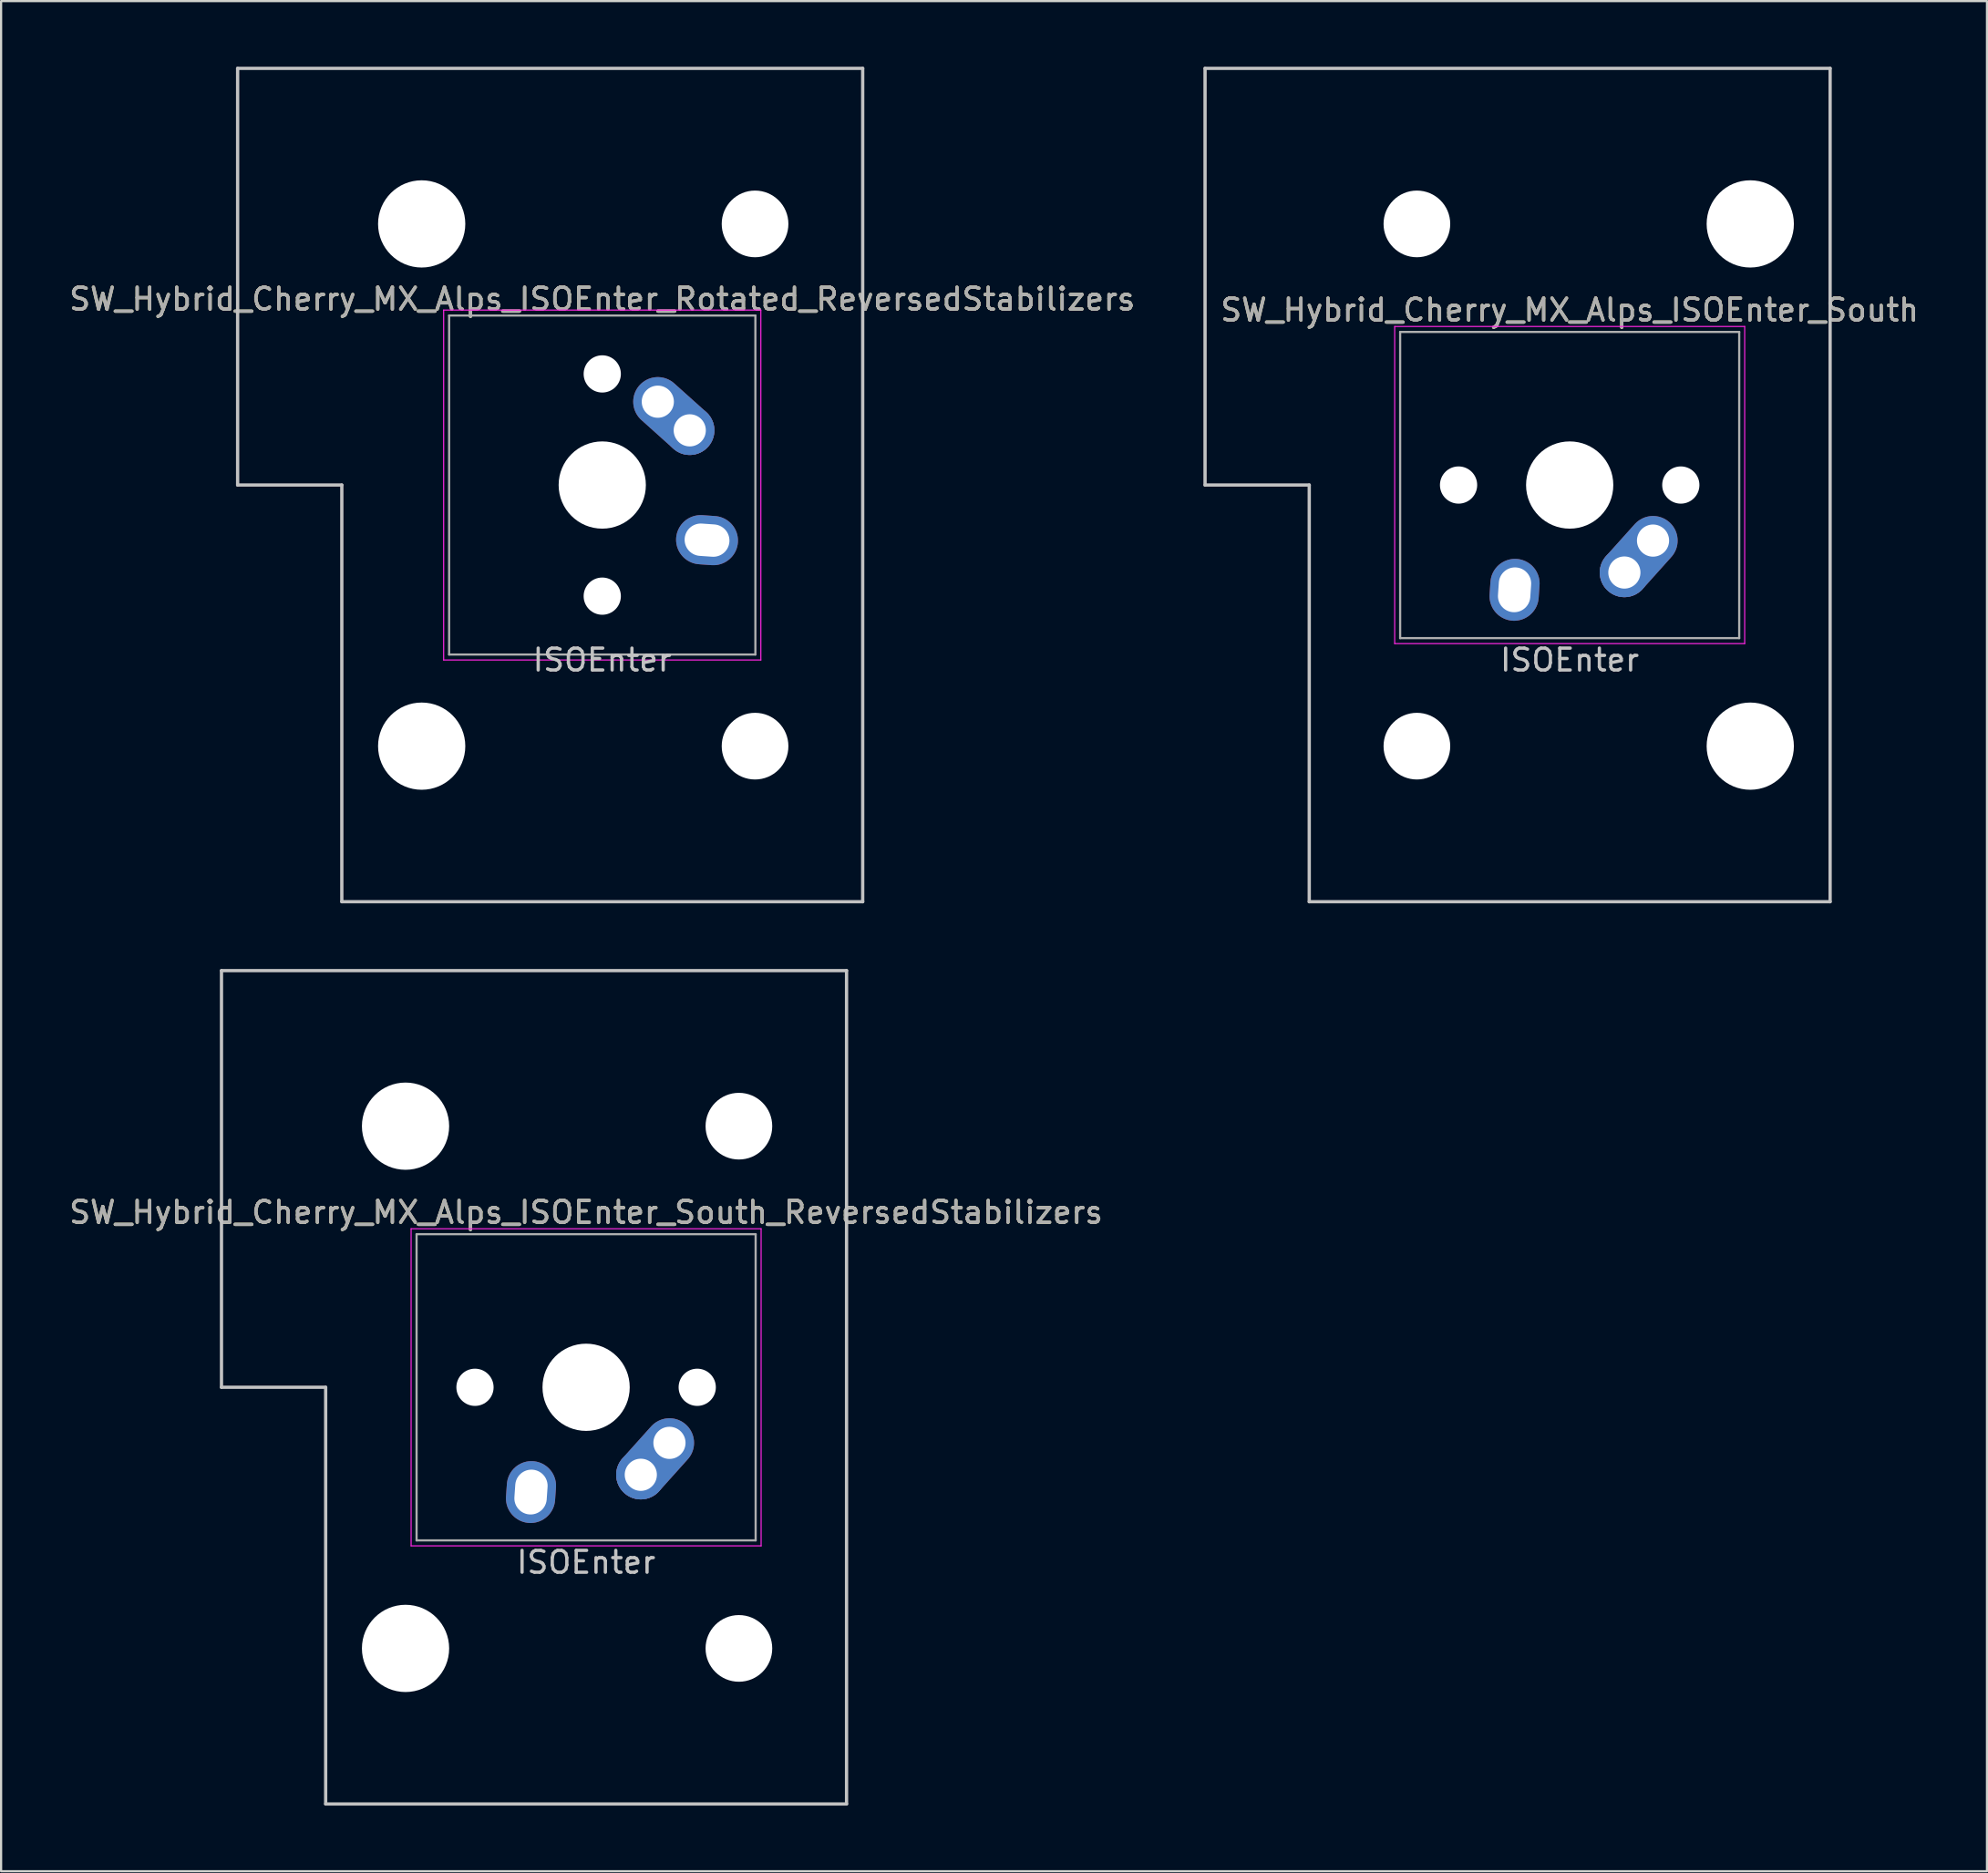
<source format=kicad_pcb>
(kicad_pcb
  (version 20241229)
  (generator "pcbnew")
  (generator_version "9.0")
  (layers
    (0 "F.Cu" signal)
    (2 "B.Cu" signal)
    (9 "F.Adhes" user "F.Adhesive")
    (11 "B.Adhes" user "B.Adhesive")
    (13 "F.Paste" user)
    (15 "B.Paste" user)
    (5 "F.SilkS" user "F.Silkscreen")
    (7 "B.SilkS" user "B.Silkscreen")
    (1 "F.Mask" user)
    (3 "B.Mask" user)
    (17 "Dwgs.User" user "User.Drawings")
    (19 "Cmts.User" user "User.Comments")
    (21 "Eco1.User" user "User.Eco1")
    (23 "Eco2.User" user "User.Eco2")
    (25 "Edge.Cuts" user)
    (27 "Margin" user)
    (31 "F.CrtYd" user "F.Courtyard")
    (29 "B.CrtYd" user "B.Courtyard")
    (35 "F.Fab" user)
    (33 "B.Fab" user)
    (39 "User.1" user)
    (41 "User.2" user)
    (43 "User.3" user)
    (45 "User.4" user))
  (footprint "SW_Hybrid_Cherry_MX_Alps_ISOEnter_South"
    (layer "F.Cu")
    (at 68.708 19.125)
    (property "Reference" "SW_Hybrid_Cherry_MX_Alps_ISOEnter_South" (at 0 -8 0) (layer "F.SilkS") (effects (font (size 1 1) (thickness 0.15))))
    (attr through_hole)
    (fp_line (start -16.669 -19.05) (end -16.669 0) (stroke (width 0.15) (type solid)) (layer "Dwgs.User"))
    (fp_line (start -16.669 -19.05) (end 11.906 -19.05) (stroke (width 0.15) (type solid)) (layer "Dwgs.User"))
    (fp_line (start -11.906 0) (end -16.669 0) (stroke (width 0.15) (type solid)) (layer "Dwgs.User"))
    (fp_line (start -11.906 19.05) (end -11.906 0) (stroke (width 0.15) (type solid)) (layer "Dwgs.User"))
    (fp_line (start -11.906 19.05) (end 11.906 19.05) (stroke (width 0.15) (type solid)) (layer "Dwgs.User"))
    (fp_line (start 11.906 -19.05) (end 11.906 19.05) (stroke (width 0.15) (type solid)) (layer "Dwgs.User"))
    (fp_line (start -8 -7.25) (end 8 -7.25) (stroke (width 0.05) (type solid)) (layer "F.CrtYd"))
    (fp_line (start -8 7.25) (end -8 -7.25) (stroke (width 0.05) (type solid)) (layer "F.CrtYd"))
    (fp_line (start 8 -7.25) (end 8 7.25) (stroke (width 0.05) (type solid)) (layer "F.CrtYd"))
    (fp_line (start 8 7.25) (end -8 7.25) (stroke (width 0.05) (type solid)) (layer "F.CrtYd"))
    (fp_line (start -7.75 -7) (end 7.75 -7) (stroke (width 0.1) (type solid)) (layer "F.Fab"))
    (fp_line (start -7.75 7) (end -7.75 -7) (stroke (width 0.1) (type solid)) (layer "F.Fab"))
    (fp_line (start 7.75 -7) (end 7.75 7) (stroke (width 0.1) (type solid)) (layer "F.Fab"))
    (fp_line (start 7.75 7) (end -7.75 7) (stroke (width 0.1) (type solid)) (layer "F.Fab"))
    (fp_text user "ISOEnter" (at 0 8 0) (layer "Dwgs.User") (effects (font (size 1 1) (thickness 0.15))))
    (fp_text user "${REFERENCE}" (at 0 -8 0) (layer "F.Fab") (effects (font (size 1 1) (thickness 0.15))))
    (pad "" np_thru_hole circle (at -6.985 -11.938) (size 3.048 3.048) (drill 3.048) (layers "*.Cu" "*.Mask"))
    (pad "" np_thru_hole circle (at -6.985 11.938) (size 3.048 3.048) (drill 3.048) (layers "*.Cu" "*.Mask"))
    (pad "" np_thru_hole circle (at -5.08 0 318.1) (size 1.702 1.702) (drill 1.702) (layers "*.Cu" "*.Mask"))
    (pad "" np_thru_hole circle (at 0 0 180) (size 3.988 3.988) (drill 3.988) (layers "*.Cu" "*.Mask"))
    (pad "" np_thru_hole circle (at 5.08 0 318.1) (size 1.702 1.702) (drill 1.702) (layers "*.Cu" "*.Mask"))
    (pad "" np_thru_hole circle (at 8.255 -11.938) (size 3.988 3.988) (drill 3.988) (layers "*.Cu" "*.Mask"))
    (pad "" np_thru_hole circle (at 8.255 11.938) (size 3.988 3.988) (drill 3.988) (layers "*.Cu" "*.Mask"))
    (pad "1" thru_hole circle (at 2.5 4 180) (size 2.25 2.25) (drill 1.47) (layers "*.Cu" "B.Mask"))
    (pad "1" thru_hole oval (at 3.81 2.54 228.1) (size 4.212 2.25) (drill 1.47 (offset 0.981 0)) (layers "*.Cu" "B.Mask"))
    (pad "2" thru_hole oval (at -2.52 4.79 266) (size 2.831 2.25) (drill oval 2.051 1.48) (layers "*.Cu" "B.Mask")))
  (footprint "SW_Hybrid_Cherry_MX_Alps_ISOEnter_South_ReversedStabilizers"
    (layer "F.Cu")
    (at 23.744 60.375)
    (property "Reference" "SW_Hybrid_Cherry_MX_Alps_ISOEnter_South_ReversedStabilizers" (at 0 -8 0) (layer "F.SilkS") (effects (font (size 1 1) (thickness 0.15))))
    (attr through_hole)
    (fp_line (start -16.669 -19.05) (end -16.669 0) (stroke (width 0.15) (type solid)) (layer "Dwgs.User"))
    (fp_line (start -16.669 -19.05) (end 11.906 -19.05) (stroke (width 0.15) (type solid)) (layer "Dwgs.User"))
    (fp_line (start -11.906 0) (end -16.669 0) (stroke (width 0.15) (type solid)) (layer "Dwgs.User"))
    (fp_line (start -11.906 19.05) (end -11.906 0) (stroke (width 0.15) (type solid)) (layer "Dwgs.User"))
    (fp_line (start -11.906 19.05) (end 11.906 19.05) (stroke (width 0.15) (type solid)) (layer "Dwgs.User"))
    (fp_line (start 11.906 -19.05) (end 11.906 19.05) (stroke (width 0.15) (type solid)) (layer "Dwgs.User"))
    (fp_line (start -8 -7.25) (end 8 -7.25) (stroke (width 0.05) (type solid)) (layer "F.CrtYd"))
    (fp_line (start -8 7.25) (end -8 -7.25) (stroke (width 0.05) (type solid)) (layer "F.CrtYd"))
    (fp_line (start 8 -7.25) (end 8 7.25) (stroke (width 0.05) (type solid)) (layer "F.CrtYd"))
    (fp_line (start 8 7.25) (end -8 7.25) (stroke (width 0.05) (type solid)) (layer "F.CrtYd"))
    (fp_line (start -7.75 -7) (end 7.75 -7) (stroke (width 0.1) (type solid)) (layer "F.Fab"))
    (fp_line (start -7.75 7) (end -7.75 -7) (stroke (width 0.1) (type solid)) (layer "F.Fab"))
    (fp_line (start 7.75 -7) (end 7.75 7) (stroke (width 0.1) (type solid)) (layer "F.Fab"))
    (fp_line (start 7.75 7) (end -7.75 7) (stroke (width 0.1) (type solid)) (layer "F.Fab"))
    (fp_text user "ISOEnter" (at 0 8 0) (layer "Dwgs.User") (effects (font (size 1 1) (thickness 0.15))))
    (fp_text user "${REFERENCE}" (at 0 -8 0) (layer "F.Fab") (effects (font (size 1 1) (thickness 0.15))))
    (pad "" np_thru_hole circle (at -8.255 -11.938) (size 3.988 3.988) (drill 3.988) (layers "*.Cu" "*.Mask"))
    (pad "" np_thru_hole circle (at -8.255 11.938) (size 3.988 3.988) (drill 3.988) (layers "*.Cu" "*.Mask"))
    (pad "" np_thru_hole circle (at -5.08 0 318.1) (size 1.702 1.702) (drill 1.702) (layers "*.Cu" "*.Mask"))
    (pad "" np_thru_hole circle (at 0 0 180) (size 3.988 3.988) (drill 3.988) (layers "*.Cu" "*.Mask"))
    (pad "" np_thru_hole circle (at 5.08 0 318.1) (size 1.702 1.702) (drill 1.702) (layers "*.Cu" "*.Mask"))
    (pad "" np_thru_hole circle (at 6.985 -11.938) (size 3.048 3.048) (drill 3.048) (layers "*.Cu" "*.Mask"))
    (pad "" np_thru_hole circle (at 6.985 11.938) (size 3.048 3.048) (drill 3.048) (layers "*.Cu" "*.Mask"))
    (pad "1" thru_hole circle (at 2.5 4 180) (size 2.25 2.25) (drill 1.47) (layers "*.Cu" "B.Mask"))
    (pad "1" thru_hole oval (at 3.81 2.54 228.1) (size 4.212 2.25) (drill 1.47 (offset 0.981 0)) (layers "*.Cu" "B.Mask"))
    (pad "2" thru_hole oval (at -2.52 4.79 266) (size 2.831 2.25) (drill oval 2.051 1.48) (layers "*.Cu" "B.Mask")))
  (footprint "SW_Hybrid_Cherry_MX_Alps_ISOEnter_Rotated_ReversedStabilizers"
    (layer "F.Cu")
    (at 24.482 19.125)
    (property "Reference" "SW_Hybrid_Cherry_MX_Alps_ISOEnter_Rotated_ReversedStabilizers" (at 0 -8.5 0) (layer "F.SilkS") (effects (font (size 1 1) (thickness 0.15))))
    (attr through_hole)
    (fp_line (start -16.669 -19.05) (end -16.669 0) (stroke (width 0.15) (type solid)) (layer "Dwgs.User"))
    (fp_line (start -16.669 -19.05) (end 11.906 -19.05) (stroke (width 0.15) (type solid)) (layer "Dwgs.User"))
    (fp_line (start -11.906 0) (end -16.669 0) (stroke (width 0.15) (type solid)) (layer "Dwgs.User"))
    (fp_line (start -11.906 19.05) (end -11.906 0) (stroke (width 0.15) (type solid)) (layer "Dwgs.User"))
    (fp_line (start -11.906 19.05) (end 11.906 19.05) (stroke (width 0.15) (type solid)) (layer "Dwgs.User"))
    (fp_line (start 11.906 -19.05) (end 11.906 19.05) (stroke (width 0.15) (type solid)) (layer "Dwgs.User"))
    (fp_line (start -7.25 -8) (end 7.25 -8) (stroke (width 0.05) (type solid)) (layer "F.CrtYd"))
    (fp_line (start -7.25 8) (end -7.25 -8) (stroke (width 0.05) (type solid)) (layer "F.CrtYd"))
    (fp_line (start 7.25 -8) (end 7.25 8) (stroke (width 0.05) (type solid)) (layer "F.CrtYd"))
    (fp_line (start 7.25 8) (end -7.25 8) (stroke (width 0.05) (type solid)) (layer "F.CrtYd"))
    (fp_line (start -7 -7.75) (end 7 -7.75) (stroke (width 0.1) (type solid)) (layer "F.Fab"))
    (fp_line (start -7 7.75) (end -7 -7.75) (stroke (width 0.1) (type solid)) (layer "F.Fab"))
    (fp_line (start 7 -7.75) (end 7 7.75) (stroke (width 0.1) (type solid)) (layer "F.Fab"))
    (fp_line (start 7 7.75) (end -7 7.75) (stroke (width 0.1) (type solid)) (layer "F.Fab"))
    (fp_text user "ISOEnter" (at 0 8 0) (layer "Dwgs.User") (effects (font (size 1 1) (thickness 0.15))))
    (fp_text user "${REFERENCE}" (at 0 -8.5 0) (layer "F.Fab") (effects (font (size 1 1) (thickness 0.15))))
    (pad "" np_thru_hole circle (at -8.255 -11.938) (size 3.988 3.988) (drill 3.988) (layers "*.Cu" "*.Mask"))
    (pad "" np_thru_hole circle (at -8.255 11.938) (size 3.988 3.988) (drill 3.988) (layers "*.Cu" "*.Mask"))
    (pad "" np_thru_hole circle (at 0 -5.08 48.1) (size 1.702 1.702) (drill 1.702) (layers "*.Cu" "*.Mask"))
    (pad "" np_thru_hole circle (at 0 0 270) (size 3.988 3.988) (drill 3.988) (layers "*.Cu" "*.Mask"))
    (pad "" np_thru_hole circle (at 0 5.08 48.1) (size 1.702 1.702) (drill 1.702) (layers "*.Cu" "*.Mask"))
    (pad "" np_thru_hole circle (at 6.985 -11.938) (size 3.048 3.048) (drill 3.048) (layers "*.Cu" "*.Mask"))
    (pad "" np_thru_hole circle (at 6.985 11.938) (size 3.048 3.048) (drill 3.048) (layers "*.Cu" "*.Mask"))
    (pad "1" thru_hole oval (at 2.54 -3.81 318.1) (size 4.212 2.25) (drill 1.47 (offset 0.981 0)) (layers "*.Cu" "B.Mask"))
    (pad "1" thru_hole circle (at 4 -2.5 270) (size 2.25 2.25) (drill 1.47) (layers "*.Cu" "B.Mask"))
    (pad "2" thru_hole oval (at 4.79 2.52 356) (size 2.831 2.25) (drill oval 2.051 1.48) (layers "*.Cu" "B.Mask")))
  (gr_rect
    (start -3 -3)
    (end 87.785 82.5)
    (stroke (width 0.1) (type default))
    (fill no)
    (layer "Edge.Cuts")))
</source>
